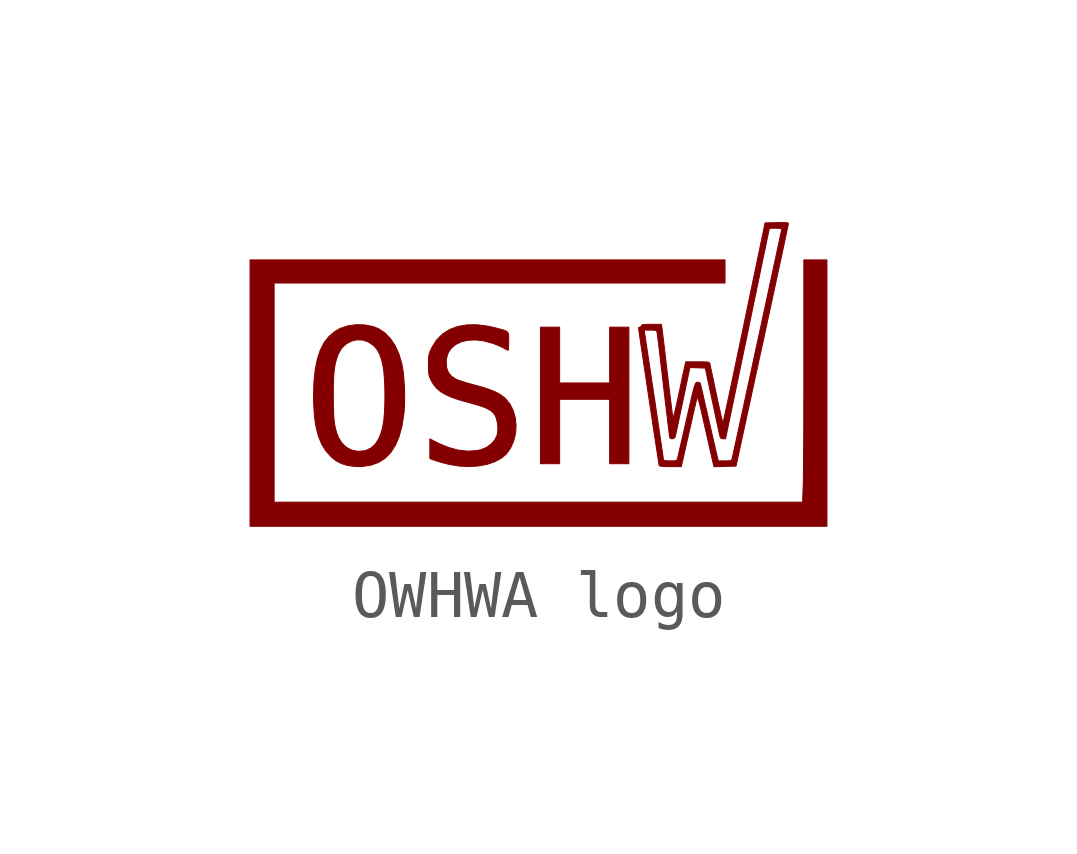
<source format=kicad_sym>
(kicad_symbol_lib
  (version 20241209)
  (generator "kicad_symbol_editor")
  (generator_version "9.0")
  (symbol "OWHWA logo"
    (pin_names
      (offset 1.016))
    (property "Reference" "LOGO"
      (at 0 2.527 0)
      (effects (font (size 1.27 1.27)) (hide yes)))
    (symbol "OWHWA logo_0_0"
      (polyline (pts (xy -3.679 -1.919) (xy -3.495 -1.893) (xy -3.333 -1.836) (xy -3.193 -1.748) (xy -3.074 -1.627) (xy -2.976 -1.472) (xy -2.898 -1.285) (xy -2.84 -1.063) (xy -2.8 -0.806) (xy -2.79 -0.671) (xy -2.786 -0.493) (xy -2.789 -0.305) (xy -2.8 -0.118) (xy -2.817 0.055) (xy -2.841 0.2) (xy -2.847 0.227) (xy -2.906 0.424) (xy -2.986 0.599) (xy -3.086 0.748) (xy -3.202 0.866) (xy -3.332 0.951) (xy -3.445 0.995) (xy -3.614 1.029) (xy -3.792 1.034) (xy -3.966 1.01) (xy -4.126 0.957) (xy -4.236 0.895) (xy -4.358 0.793) (xy -4.46 0.664) (xy -4.542 0.505) (xy -4.605 0.316) (xy -4.649 0.094) (xy -4.675 -0.161) (xy -4.684 -0.45) (xy -4.683 -0.47) (xy -4.272 -0.47) (xy -4.272 -0.318) (xy -4.268 -0.147) (xy -4.261 -0.006) (xy -4.249 0.113) (xy -4.232 0.215) (xy -4.208 0.308) (xy -4.178 0.398) (xy -4.163 0.435) (xy -4.093 0.549) (xy -4 0.635) (xy -3.893 0.692) (xy -3.777 0.719) (xy -3.657 0.713) (xy -3.54 0.673) (xy -3.431 0.597) (xy -3.367 0.525) (xy -3.313 0.432) (xy -3.27 0.317) (xy -3.237 0.177) (xy -3.215 0.008) (xy -3.202 -0.193) (xy -3.197 -0.43) (xy -3.2 -0.634) (xy -3.208 -0.822) (xy -3.224 -0.982) (xy -3.248 -1.117) (xy -3.281 -1.233) (xy -3.324 -1.336) (xy -3.392 -1.447) (xy -3.476 -1.527) (xy -3.581 -1.579) (xy -3.627 -1.592) (xy -3.759 -1.603) (xy -3.885 -1.579) (xy -3.998 -1.521) (xy -4.093 -1.432) (xy -4.163 -1.316) (xy -4.167 -1.308) (xy -4.199 -1.224) (xy -4.224 -1.139) (xy -4.243 -1.047) (xy -4.257 -0.94) (xy -4.265 -0.813) (xy -4.27 -0.658) (xy -4.272 -0.47) (xy -4.683 -0.47) (xy -4.681 -0.613) (xy -4.665 -0.87) (xy -4.632 -1.093) (xy -4.583 -1.285) (xy -4.516 -1.45) (xy -4.431 -1.589) (xy -4.327 -1.706) (xy -4.284 -1.745) (xy -4.198 -1.81) (xy -4.109 -1.855) (xy -3.999 -1.891) (xy -3.943 -1.902) (xy -3.849 -1.915) (xy -3.759 -1.92) (xy -3.679 -1.919)) (stroke (width 0.01) (type default)) (fill (type outline)))
      (polyline (pts (xy -1.26 -1.909) (xy -1.078 -1.876) (xy -0.916 -1.822) (xy -0.778 -1.75) (xy -0.67 -1.659) (xy -0.585 -1.541) (xy -0.518 -1.395) (xy -0.478 -1.236) (xy -0.467 -1.071) (xy -0.482 -0.909) (xy -0.525 -0.755) (xy -0.595 -0.617) (xy -0.692 -0.501) (xy -0.722 -0.475) (xy -0.801 -0.418) (xy -0.896 -0.367) (xy -1.013 -0.319) (xy -1.157 -0.271) (xy -1.335 -0.222) (xy -1.388 -0.208) (xy -1.497 -0.177) (xy -1.594 -0.147) (xy -1.669 -0.122) (xy -1.716 -0.103) (xy -1.81 -0.041) (xy -1.875 0.036) (xy -1.911 0.133) (xy -1.921 0.258) (xy -1.917 0.326) (xy -1.882 0.444) (xy -1.817 0.543) (xy -1.724 0.621) (xy -1.607 0.677) (xy -1.469 0.709) (xy -1.314 0.716) (xy -1.145 0.697) (xy -0.965 0.649) (xy -0.962 0.648) (xy -0.875 0.616) (xy -0.793 0.581) (xy -0.731 0.55) (xy -0.703 0.533) (xy -0.657 0.51) (xy -0.634 0.5) (xy -0.63 0.507) (xy -0.625 0.545) (xy -0.622 0.609) (xy -0.621 0.691) (xy -0.62 0.724) (xy -0.62 0.792) (xy -0.625 0.841) (xy -0.641 0.876) (xy -0.673 0.901) (xy -0.726 0.922) (xy -0.807 0.944) (xy -0.92 0.973) (xy -1.05 1.002) (xy -1.278 1.032) (xy -1.489 1.03) (xy -1.681 0.996) (xy -1.851 0.933) (xy -1.998 0.839) (xy -2.12 0.717) (xy -2.216 0.565) (xy -2.23 0.537) (xy -2.259 0.474) (xy -2.277 0.421) (xy -2.287 0.367) (xy -2.291 0.298) (xy -2.292 0.201) (xy -2.291 0.111) (xy -2.287 0.038) (xy -2.278 -0.018) (xy -2.261 -0.068) (xy -2.236 -0.124) (xy -2.193 -0.2) (xy -2.128 -0.283) (xy -2.046 -0.355) (xy -1.942 -0.418) (xy -1.812 -0.477) (xy -1.651 -0.532) (xy -1.455 -0.587) (xy -1.407 -0.6) (xy -1.256 -0.643) (xy -1.137 -0.683) (xy -1.048 -0.723) (xy -0.981 -0.765) (xy -0.933 -0.811) (xy -0.898 -0.865) (xy -0.88 -0.909) (xy -0.852 -1.024) (xy -0.845 -1.147) (xy -0.86 -1.261) (xy -0.904 -1.357) (xy -0.981 -1.447) (xy -1.08 -1.52) (xy -1.193 -1.567) (xy -1.283 -1.587) (xy -1.471 -1.6) (xy -1.67 -1.578) (xy -1.877 -1.522) (xy -2.087 -1.433) (xy -2.262 -1.344) (xy -2.262 -1.549) (xy -2.262 -1.754) (xy -2.135 -1.799) (xy -2.12 -1.804) (xy -2.033 -1.83) (xy -1.93 -1.858) (xy -1.83 -1.881) (xy -1.658 -1.909) (xy -1.455 -1.92) (xy -1.26 -1.909)) (stroke (width 0.01) (type default)) (fill (type outline)))
      (polyline (pts (xy 0.44 -1.191) (xy 0.44 -0.52) (xy 0.961 -0.52) (xy 1.481 -0.52) (xy 1.481 -1.191) (xy 1.481 -1.861) (xy 1.681 -1.861) (xy 1.881 -1.861) (xy 1.881 -0.44) (xy 1.881 0.981) (xy 1.681 0.981) (xy 1.481 0.981) (xy 1.481 0.4) (xy 1.481 -0.18) (xy 0.961 -0.18) (xy 0.44 -0.18) (xy 0.44 0.4) (xy 0.44 0.981) (xy 0.24 0.981) (xy 0.04 0.981) (xy 0.04 -0.44) (xy 0.04 -1.861) (xy 0.24 -1.861) (xy 0.44 -1.861) (xy 0.44 -1.191)) (stroke (width 0.01) (type default)) (fill (type outline)))
      (polyline (pts (xy 3.882 -1.917) (xy 4.112 -1.911) (xy 4.657 0.6) (xy 4.668 0.648) (xy 4.735 0.958) (xy 4.799 1.256) (xy 4.861 1.54) (xy 4.919 1.809) (xy 4.973 2.06) (xy 5.023 2.291) (xy 5.068 2.499) (xy 5.107 2.682) (xy 5.14 2.837) (xy 5.167 2.963) (xy 5.187 3.057) (xy 5.199 3.116) (xy 5.203 3.138) (xy 5.202 3.144) (xy 5.183 3.153) (xy 5.14 3.158) (xy 5.068 3.16) (xy 4.96 3.158) (xy 4.717 3.152) (xy 4.284 1.076) (xy 4.228 0.807) (xy 4.171 0.536) (xy 4.117 0.278) (xy 4.066 0.036) (xy 4.019 -0.187) (xy 3.976 -0.389) (xy 3.938 -0.567) (xy 3.905 -0.718) (xy 3.879 -0.841) (xy 3.859 -0.932) (xy 3.846 -0.989) (xy 3.841 -1.01) (xy 3.839 -1.008) (xy 3.829 -0.977) (xy 3.813 -0.913) (xy 3.792 -0.821) (xy 3.766 -0.706) (xy 3.736 -0.573) (xy 3.705 -0.425) (xy 3.693 -0.371) (xy 3.662 -0.224) (xy 3.634 -0.089) (xy 3.609 0.027) (xy 3.589 0.12) (xy 3.575 0.185) (xy 3.569 0.215) (xy 3.564 0.232) (xy 3.552 0.245) (xy 3.528 0.254) (xy 3.485 0.258) (xy 3.415 0.26) (xy 3.312 0.26) (xy 3.066 0.26) (xy 3.035 0.125) (xy 3.031 0.105) (xy 3.015 0.032) (xy 2.993 -0.07) (xy 2.967 -0.192) (xy 2.939 -0.326) (xy 2.909 -0.465) (xy 2.892 -0.545) (xy 2.866 -0.664) (xy 2.842 -0.765) (xy 2.823 -0.843) (xy 2.808 -0.891) (xy 2.801 -0.905) (xy 2.797 -0.889) (xy 2.789 -0.836) (xy 2.777 -0.751) (xy 2.763 -0.637) (xy 2.745 -0.499) (xy 2.726 -0.341) (xy 2.705 -0.167) (xy 2.683 0.02) (xy 2.665 0.173) (xy 2.644 0.353) (xy 2.625 0.519) (xy 2.607 0.666) (xy 2.592 0.791) (xy 2.58 0.889) (xy 2.572 0.955) (xy 2.567 0.986) (xy 2.557 1.041) (xy 2.349 1.041) (xy 2.297 1.041) (xy 2.22 1.038) (xy 2.172 1.034) (xy 2.148 1.024) (xy 2.142 1.011) (xy 2.138 0.997) (xy 2.112 0.981) (xy 2.098 0.98) (xy 2.082 0.971) (xy 2.083 0.962) (xy 2.088 0.921) (xy 2.197 0.921) (xy 2.328 0.921) (xy 2.351 0.921) (xy 2.412 0.919) (xy 2.446 0.912) (xy 2.462 0.895) (xy 2.47 0.866) (xy 2.471 0.858) (xy 2.477 0.814) (xy 2.487 0.735) (xy 2.5 0.625) (xy 2.517 0.489) (xy 2.535 0.331) (xy 2.556 0.154) (xy 2.579 -0.038) (xy 2.602 -0.24) (xy 2.612 -0.327) (xy 2.635 -0.523) (xy 2.657 -0.707) (xy 2.677 -0.873) (xy 2.694 -1.019) (xy 2.709 -1.139) (xy 2.72 -1.232) (xy 2.728 -1.292) (xy 2.732 -1.316) (xy 2.75 -1.337) (xy 2.787 -1.342) (xy 2.826 -1.328) (xy 2.848 -1.296) (xy 2.853 -1.272) (xy 2.866 -1.212) (xy 2.885 -1.122) (xy 2.91 -1.006) (xy 2.939 -0.87) (xy 2.971 -0.718) (xy 3.005 -0.555) (xy 3.152 0.141) (xy 3.312 0.136) (xy 3.472 0.13) (xy 3.605 -0.49) (xy 3.619 -0.555) (xy 3.652 -0.711) (xy 3.683 -0.857) (xy 3.711 -0.987) (xy 3.735 -1.096) (xy 3.752 -1.178) (xy 3.762 -1.226) (xy 3.775 -1.282) (xy 3.789 -1.321) (xy 3.809 -1.338) (xy 3.84 -1.341) (xy 3.894 -1.341) (xy 4.333 0.766) (xy 4.392 1.049) (xy 4.449 1.325) (xy 4.504 1.589) (xy 4.556 1.837) (xy 4.604 2.068) (xy 4.647 2.278) (xy 4.686 2.465) (xy 4.72 2.625) (xy 4.747 2.758) (xy 4.769 2.859) (xy 4.783 2.926) (xy 4.789 2.957) (xy 4.807 3.042) (xy 4.936 3.042) (xy 4.998 3.04) (xy 5.046 3.033) (xy 5.064 3.024) (xy 5.062 3.014) (xy 5.053 2.969) (xy 5.036 2.889) (xy 5.012 2.778) (xy 4.982 2.639) (xy 4.947 2.474) (xy 4.906 2.286) (xy 4.862 2.078) (xy 4.813 1.854) (xy 4.762 1.616) (xy 4.708 1.366) (xy 4.652 1.109) (xy 4.596 0.846) (xy 4.538 0.581) (xy 4.481 0.317) (xy 4.425 0.056) (xy 4.369 -0.199) (xy 4.316 -0.445) (xy 4.266 -0.678) (xy 4.218 -0.896) (xy 4.175 -1.096) (xy 4.136 -1.275) (xy 4.102 -1.431) (xy 4.074 -1.559) (xy 4.052 -1.659) (xy 4.037 -1.725) (xy 4.03 -1.756) (xy 4.029 -1.76) (xy 4.019 -1.782) (xy 3.997 -1.795) (xy 3.955 -1.8) (xy 3.882 -1.802) (xy 3.744 -1.802) (xy 3.725 -1.726) (xy 3.717 -1.694) (xy 3.7 -1.625) (xy 3.678 -1.528) (xy 3.649 -1.405) (xy 3.617 -1.263) (xy 3.581 -1.107) (xy 3.543 -0.941) (xy 3.507 -0.781) (xy 3.471 -0.628) (xy 3.44 -0.491) (xy 3.413 -0.375) (xy 3.392 -0.283) (xy 3.377 -0.221) (xy 3.37 -0.194) (xy 3.353 -0.17) (xy 3.308 -0.164) (xy 3.299 -0.165) (xy 3.287 -0.17) (xy 3.276 -0.181) (xy 3.264 -0.202) (xy 3.251 -0.236) (xy 3.235 -0.287) (xy 3.216 -0.36) (xy 3.192 -0.457) (xy 3.163 -0.582) (xy 3.127 -0.739) (xy 3.083 -0.931) (xy 3.075 -0.965) (xy 3.037 -1.134) (xy 3.001 -1.291) (xy 2.968 -1.433) (xy 2.94 -1.554) (xy 2.918 -1.649) (xy 2.903 -1.715) (xy 2.896 -1.746) (xy 2.892 -1.761) (xy 2.88 -1.784) (xy 2.858 -1.796) (xy 2.815 -1.801) (xy 2.742 -1.802) (xy 2.736 -1.801) (xy 2.668 -1.799) (xy 2.62 -1.792) (xy 2.602 -1.782) (xy 2.601 -1.777) (xy 2.596 -1.738) (xy 2.586 -1.665) (xy 2.571 -1.563) (xy 2.552 -1.435) (xy 2.53 -1.285) (xy 2.505 -1.117) (xy 2.478 -0.935) (xy 2.45 -0.744) (xy 2.421 -0.547) (xy 2.391 -0.349) (xy 2.361 -0.152) (xy 2.333 0.038) (xy 2.306 0.218) (xy 2.281 0.383) (xy 2.259 0.53) (xy 2.24 0.655) (xy 2.225 0.754) (xy 2.215 0.822) (xy 2.209 0.856) (xy 2.197 0.921) (xy 2.088 0.921) (xy 2.089 0.918) (xy 2.1 0.84) (xy 2.116 0.732) (xy 2.135 0.599) (xy 2.159 0.443) (xy 2.184 0.27) (xy 2.212 0.083) (xy 2.242 -0.115) (xy 2.272 -0.319) (xy 2.303 -0.526) (xy 2.334 -0.732) (xy 2.365 -0.933) (xy 2.393 -1.125) (xy 2.421 -1.304) (xy 2.445 -1.466) (xy 2.467 -1.608) (xy 2.485 -1.726) (xy 2.499 -1.816) (xy 2.508 -1.874) (xy 2.512 -1.897) (xy 2.525 -1.907) (xy 2.566 -1.915) (xy 2.639 -1.92) (xy 2.747 -1.922) (xy 2.973 -1.922) (xy 3.121 -1.266) (xy 3.144 -1.164) (xy 3.18 -1.009) (xy 3.212 -0.865) (xy 3.241 -0.74) (xy 3.265 -0.637) (xy 3.282 -0.563) (xy 3.292 -0.522) (xy 3.294 -0.512) (xy 3.3 -0.494) (xy 3.307 -0.487) (xy 3.314 -0.493) (xy 3.324 -0.515) (xy 3.337 -0.557) (xy 3.354 -0.623) (xy 3.377 -0.714) (xy 3.405 -0.836) (xy 3.44 -0.989) (xy 3.483 -1.179) (xy 3.652 -1.923) (xy 3.882 -1.917)) (stroke (width 0.01) (type default)) (fill (type outline)))
      (polyline (pts (xy 6.005 -0.39) (xy 6.005 2.382) (xy 5.764 2.382) (xy 5.524 2.382) (xy 5.524 0.223) (xy 5.524 -0.028) (xy 5.524 -0.323) (xy 5.523 -0.609) (xy 5.523 -0.885) (xy 5.522 -1.146) (xy 5.521 -1.389) (xy 5.519 -1.611) (xy 5.518 -1.81) (xy 5.516 -1.981) (xy 5.515 -2.122) (xy 5.513 -2.228) (xy 5.511 -2.299) (xy 5.498 -2.662) (xy -0.003 -2.662) (xy -5.504 -2.662) (xy -5.504 -0.38) (xy -5.504 1.901) (xy -0.811 1.901) (xy 3.883 1.901) (xy 3.883 2.142) (xy 3.883 2.382) (xy -1.061 2.382) (xy -6.005 2.382) (xy -6.005 -0.39) (xy -6.005 -3.163) (xy 0 -3.163) (xy 6.005 -3.163) (xy 6.005 -0.39)) (stroke (width 0.01) (type default)) (fill (type outline))))))
</source>
